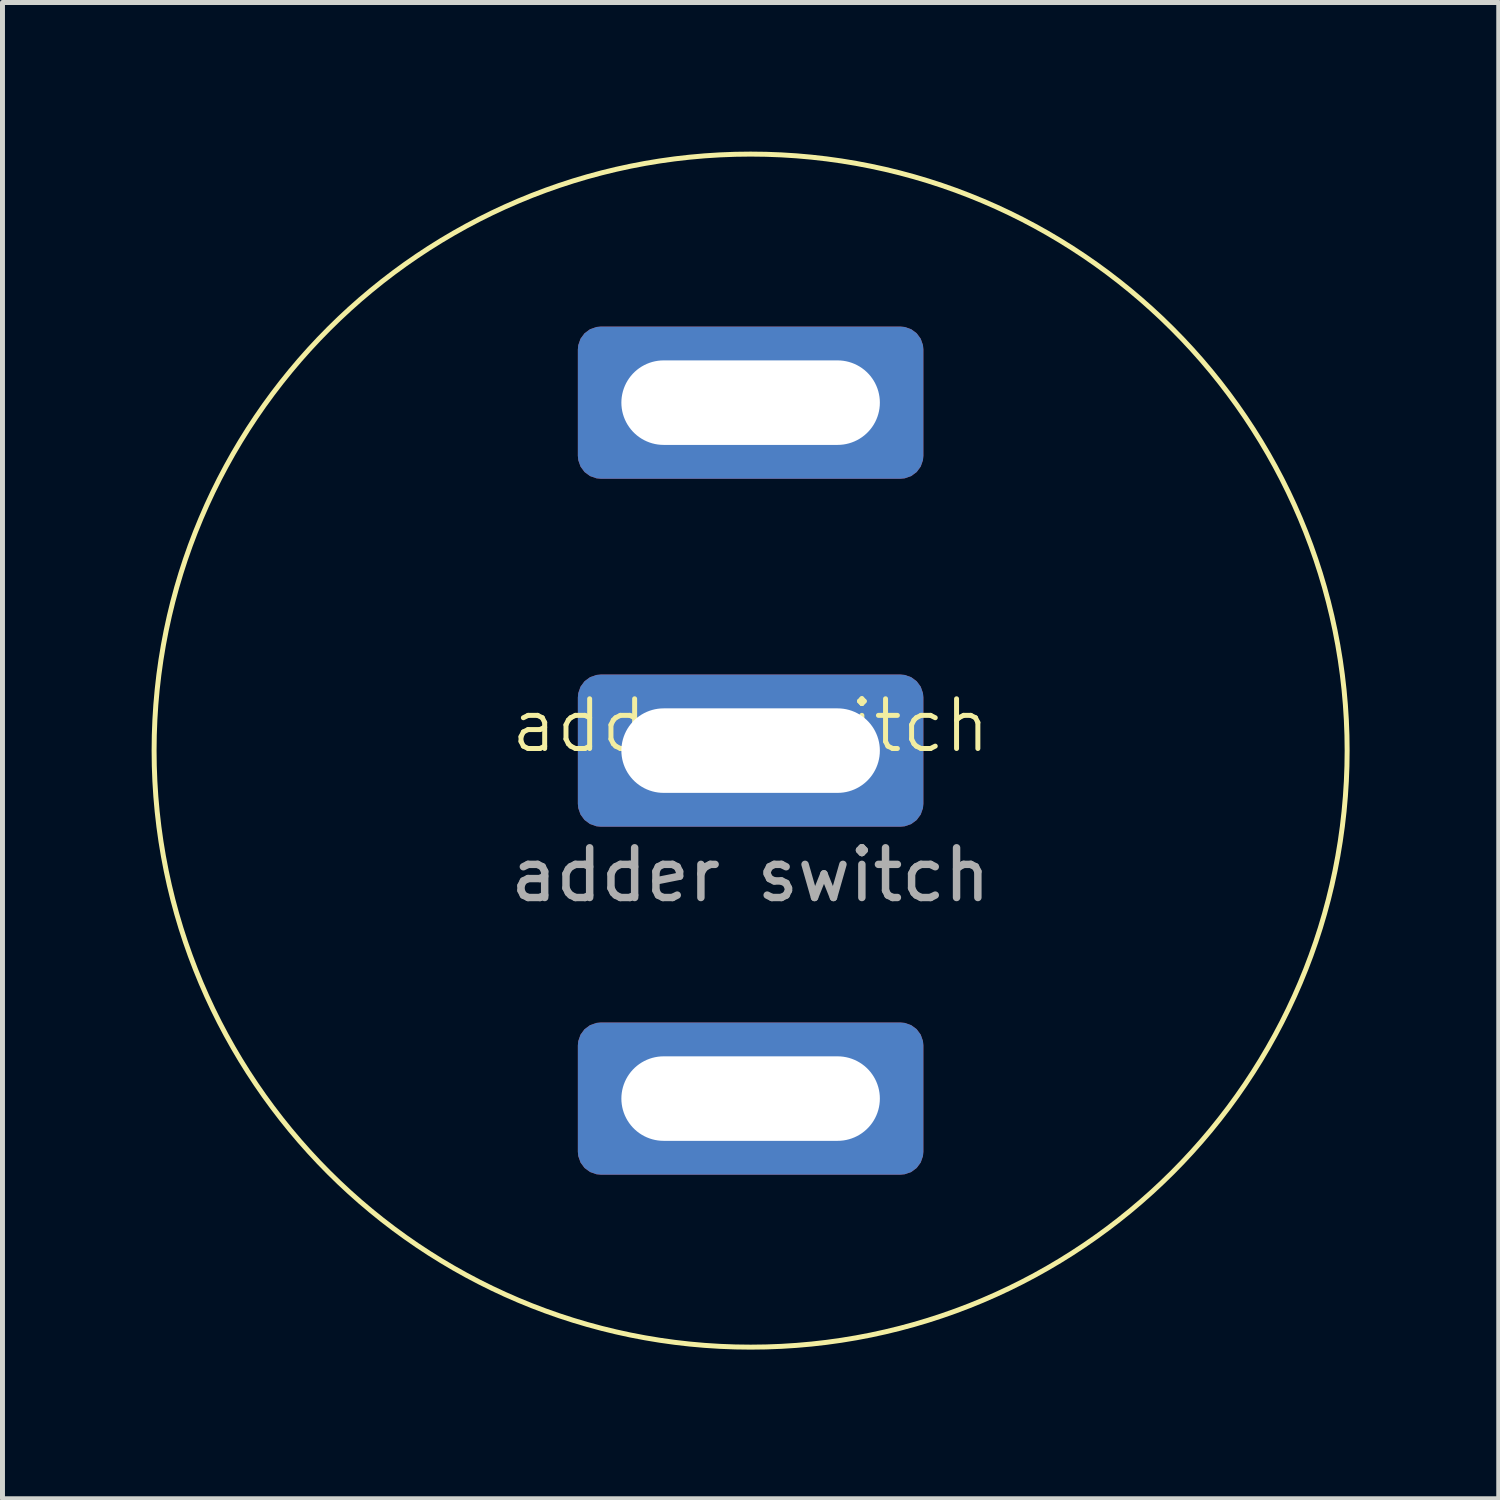
<source format=kicad_pcb>
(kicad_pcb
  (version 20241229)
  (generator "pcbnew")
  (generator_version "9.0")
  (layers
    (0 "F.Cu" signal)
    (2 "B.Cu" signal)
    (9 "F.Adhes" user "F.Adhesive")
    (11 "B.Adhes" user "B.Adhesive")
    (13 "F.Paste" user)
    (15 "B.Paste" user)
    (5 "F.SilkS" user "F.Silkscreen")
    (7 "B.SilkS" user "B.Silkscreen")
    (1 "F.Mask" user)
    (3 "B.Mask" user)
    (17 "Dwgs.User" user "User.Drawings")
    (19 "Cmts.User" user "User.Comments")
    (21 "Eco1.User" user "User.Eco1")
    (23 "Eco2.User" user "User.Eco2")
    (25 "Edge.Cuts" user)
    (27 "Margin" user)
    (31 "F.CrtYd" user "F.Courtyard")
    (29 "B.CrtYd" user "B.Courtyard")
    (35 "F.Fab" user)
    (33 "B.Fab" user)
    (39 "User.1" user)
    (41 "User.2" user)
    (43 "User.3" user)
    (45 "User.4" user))
  (footprint "adder switch"
    (layer "F.Cu")
    (at 12.05 12.05)
    (property "Reference" "adder switch" (at 0 -0.5 0) (unlocked yes) (layer "F.SilkS") (effects (font (size 1 1) (thickness 0.1))))
    (attr smd)
    (fp_circle (center 0 0) (end 12 0) (stroke (width 0.1) (type default)) (fill no) (layer "F.SilkS"))
    (fp_text user "${REFERENCE}" (at 0 2.5 0) (unlocked yes) (layer "F.Fab") (effects (font (size 1 1) (thickness 0.15))))
    (pad "1" thru_hole roundrect (at 0 -7) (size 6.95 3.06) (drill oval 5.2 1.7) (layers "*.Cu" "*.Mask") (roundrect_rratio 0.15))
    (pad "2" thru_hole roundrect (at 0 0) (size 6.95 3.06) (drill oval 5.2 1.7) (layers "*.Cu" "*.Mask") (roundrect_rratio 0.15))
    (pad "3" thru_hole roundrect (at 0 7) (size 6.95 3.06) (drill oval 5.2 1.7) (layers "*.Cu" "*.Mask") (roundrect_rratio 0.15)))
  (gr_rect
    (start -3 -3)
    (end 27.1 27.1)
    (stroke (width 0.1) (type default))
    (fill no)
    (layer "Edge.Cuts")))
</source>
